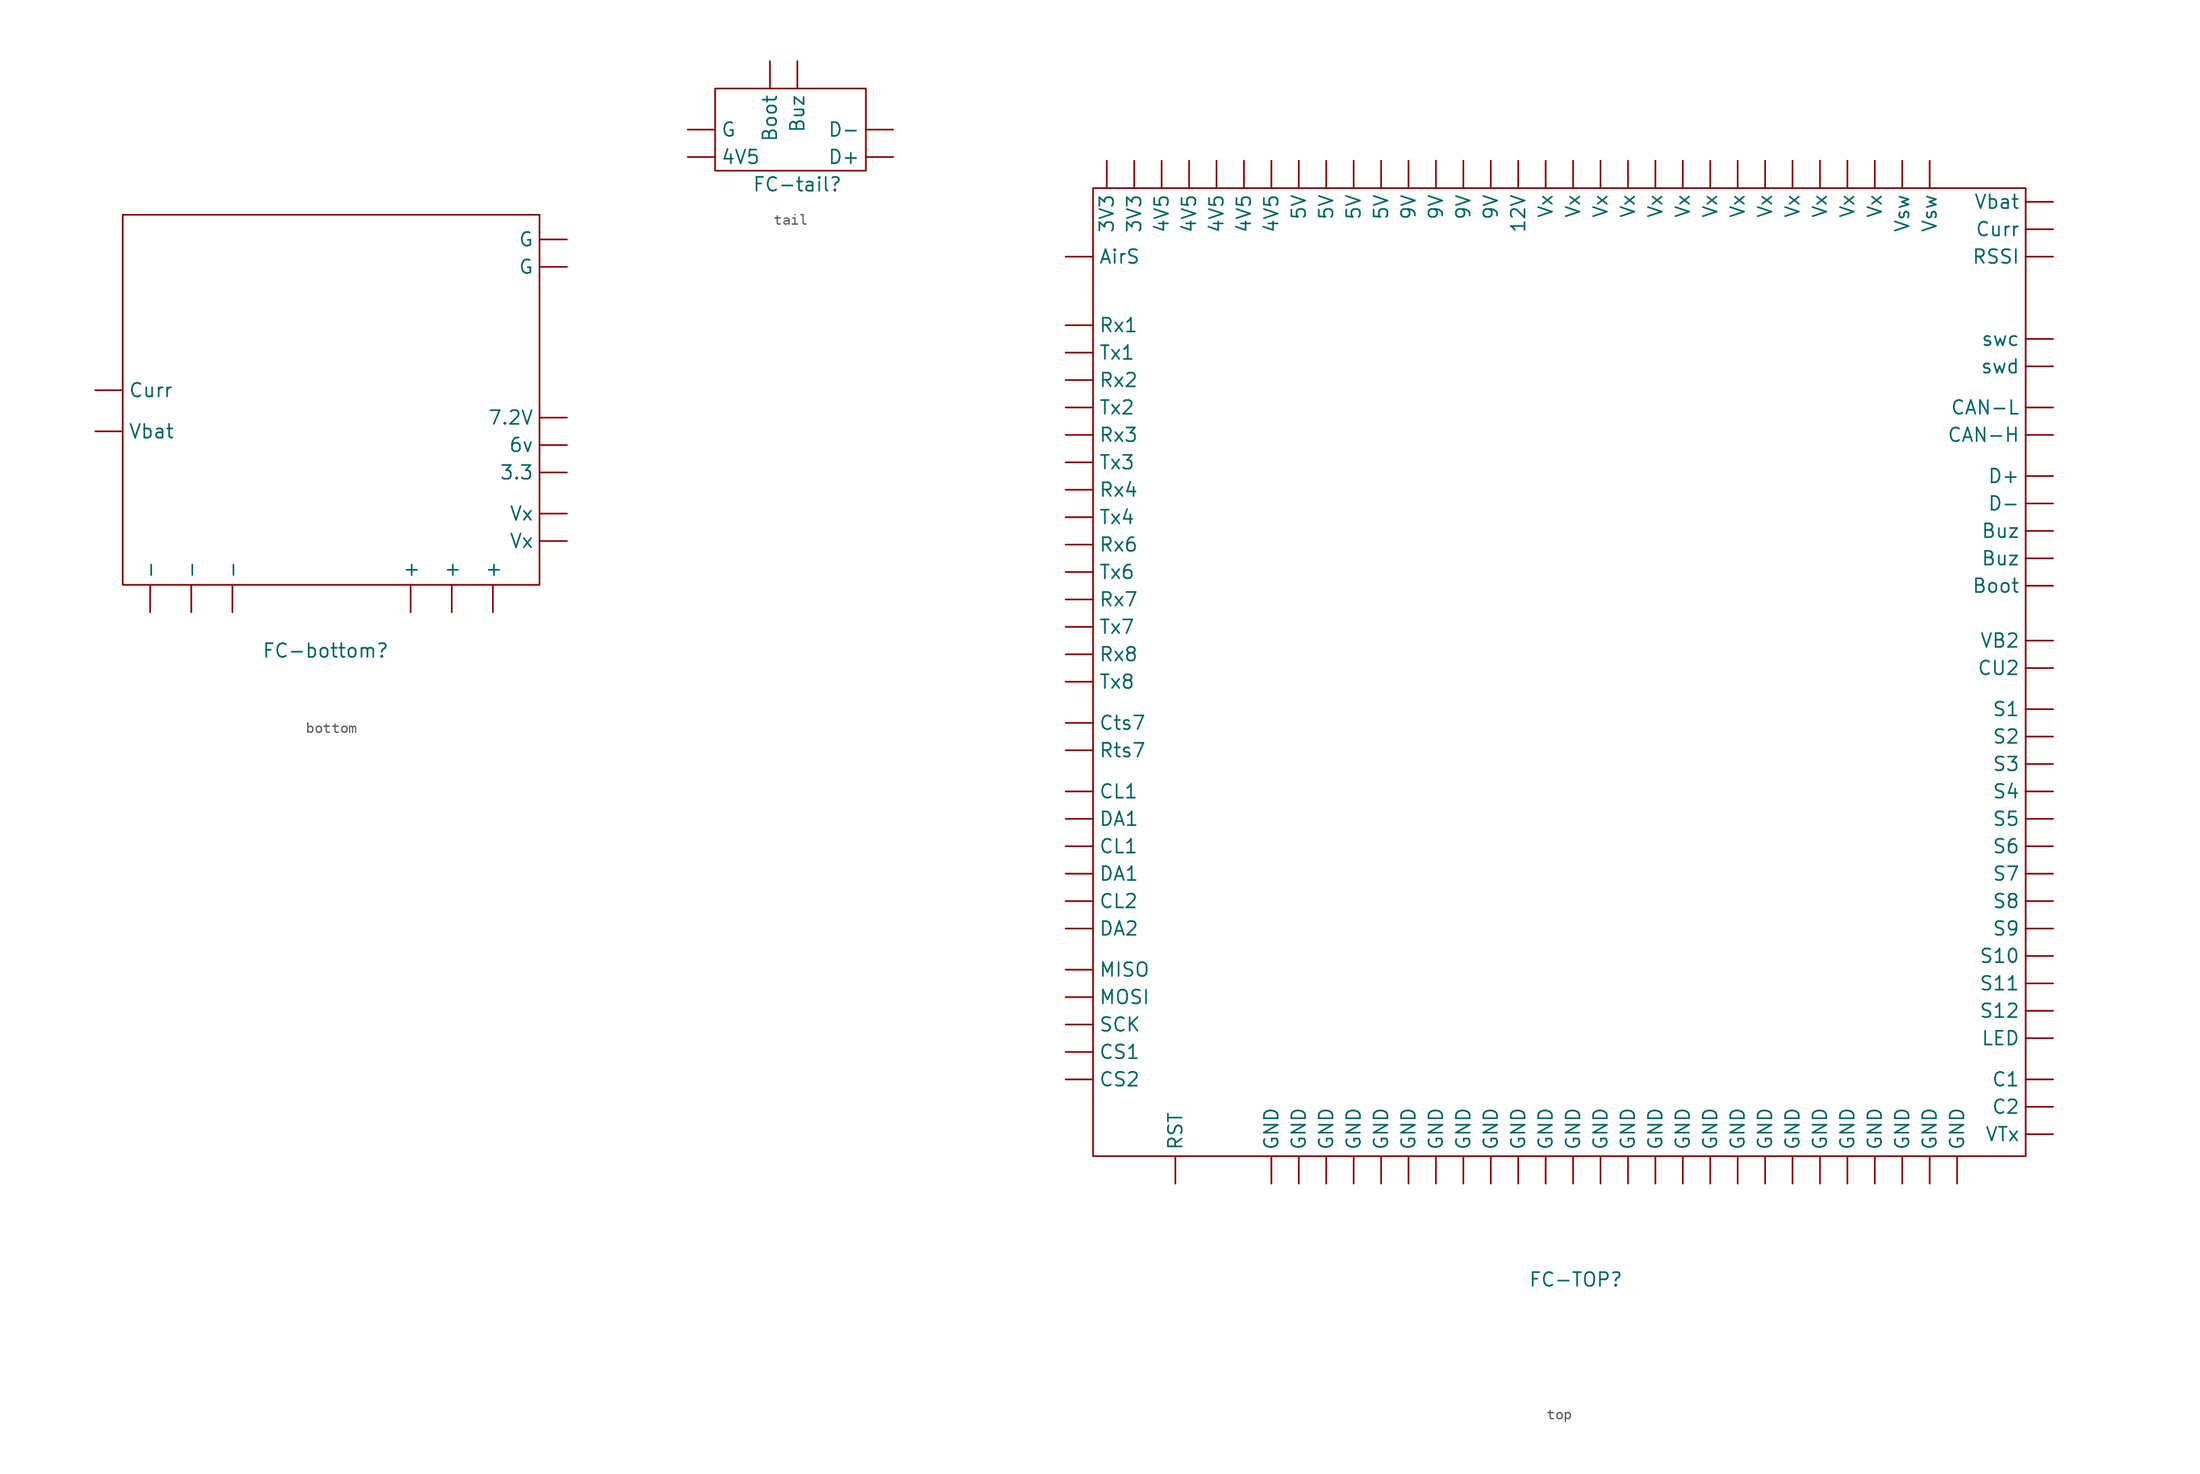
<source format=kicad_sym>
(kicad_symbol_lib
  (version 20241209)
  (generator "kicad_symbol_editor")
  (generator_version "9.0")
  (symbol "bottom"
    (property "Reference" "FC-bottom"
      (at 18.796 -50.8 0)
      (effects (font (size 1.27 1.27))))
    (property "Value" ""
      (at 0 0 0)
      (effects (font (size 1.27 1.27))))
    (symbol "bottom_0_1"
      (rectangle (start 0 -10.414) (end 38.608 -44.704) (stroke (width 0) (type default)) (fill (type none))))
    (symbol "bottom_1_1"
      (pin output line (at -2.54 -26.67 0) (length 2.54) (name "Curr" (effects (font (size 1.27 1.27)))) (number "" (effects (font (size 1.27 1.27)))))
      (pin output line (at -2.54 -30.48 0) (length 2.54) (name "Vbat" (effects (font (size 1.27 1.27)))) (number "" (effects (font (size 1.27 1.27)))))
      (pin power_in line (at 2.54 -47.244 90) (length 2.54) (name "-" (effects (font (size 1.27 1.27)))) (number "" (effects (font (size 1.27 1.27)))))
      (pin power_in line (at 6.35 -47.244 90) (length 2.54) (name "-" (effects (font (size 1.27 1.27)))) (number "" (effects (font (size 1.27 1.27)))))
      (pin power_in line (at 10.16 -47.244 90) (length 2.54) (name "-" (effects (font (size 1.27 1.27)))) (number "" (effects (font (size 1.27 1.27)))))
      (pin power_in line (at 26.67 -47.244 90) (length 2.54) (name "+" (effects (font (size 1.27 1.27)))) (number "" (effects (font (size 1.27 1.27)))))
      (pin power_in line (at 30.48 -47.244 90) (length 2.54) (name "+" (effects (font (size 1.27 1.27)))) (number "" (effects (font (size 1.27 1.27)))))
      (pin power_in line (at 34.29 -47.244 90) (length 2.54) (name "+" (effects (font (size 1.27 1.27)))) (number "" (effects (font (size 1.27 1.27)))))
      (pin power_in line (at 41.148 -12.7 180) (length 2.54) (name "G" (effects (font (size 1.27 1.27)))) (number "" (effects (font (size 1.27 1.27)))))
      (pin power_in line (at 41.148 -15.24 180) (length 2.54) (name "G" (effects (font (size 1.27 1.27)))) (number "" (effects (font (size 1.27 1.27)))))
      (pin power_in line (at 41.148 -29.21 180) (length 2.54) (name "7.2V" (effects (font (size 1.27 1.27)))) (number "" (effects (font (size 1.27 1.27)))))
      (pin power_in line (at 41.148 -31.75 180) (length 2.54) (name "6v" (effects (font (size 1.27 1.27)))) (number "" (effects (font (size 1.27 1.27)))))
      (pin power_in line (at 41.148 -34.29 180) (length 2.54) (name "3.3" (effects (font (size 1.27 1.27)))) (number "" (effects (font (size 1.27 1.27)))))
      (pin power_in line (at 41.148 -38.1 180) (length 2.54) (name "Vx" (effects (font (size 1.27 1.27)))) (number "" (effects (font (size 1.27 1.27)))))
      (pin power_in line (at 41.148 -40.64 180) (length 2.54) (name "Vx" (effects (font (size 1.27 1.27)))) (number "" (effects (font (size 1.27 1.27)))))))
  (symbol "tail"
    (property "Reference" "FC-tail"
      (at 7.62 -8.89 0)
      (effects (font (size 1.27 1.27))))
    (property "Value" ""
      (at 0 0 0)
      (effects (font (size 1.27 1.27))))
    (symbol "tail_0_1"
      (rectangle (start 0 0) (end 13.97 -7.62) (stroke (width 0) (type default)) (fill (type none))))
    (symbol "tail_1_1"
      (pin power_in line (at -2.54 -3.81 0) (length 2.54) (name "G" (effects (font (size 1.27 1.27)))) (number "" (effects (font (size 1.27 1.27)))))
      (pin power_in line (at -2.54 -6.35 0) (length 2.54) (name "4V5" (effects (font (size 1.27 1.27)))) (number "" (effects (font (size 1.27 1.27)))))
      (pin output line (at 5.08 2.54 270) (length 2.54) (name "Boot" (effects (font (size 1.27 1.27)))) (number "" (effects (font (size 1.27 1.27)))))
      (pin output line (at 7.62 2.54 270) (length 2.54) (name "Buz" (effects (font (size 1.27 1.27)))) (number "" (effects (font (size 1.27 1.27)))))
      (pin bidirectional line (at 16.51 -3.81 180) (length 2.54) (name "D-" (effects (font (size 1.27 1.27)))) (number "" (effects (font (size 1.27 1.27)))))
      (pin bidirectional line (at 16.51 -6.35 180) (length 2.54) (name "D+" (effects (font (size 1.27 1.27)))) (number "" (effects (font (size 1.27 1.27)))))))
  (symbol "top"
    (property "Reference" "FC-TOP"
      (at 44.704 -101.092 0)
      (effects (font (size 1.27 1.27))))
    (property "Value" ""
      (at 0 0 0)
      (effects (font (size 1.27 1.27))))
    (symbol "top_0_1"
      (rectangle (start 0 0) (end 86.36 -89.662) (stroke (width 0) (type default)) (fill (type none))))
    (symbol "top_1_1"
      (pin input line (at -2.54 -6.35 0) (length 2.54) (name "AirS" (effects (font (size 1.27 1.27)))) (number "" (effects (font (size 1.27 1.27)))))
      (pin input line (at -2.54 -12.7 0) (length 2.54) (name "Rx1" (effects (font (size 1.27 1.27)))) (number "" (effects (font (size 1.27 1.27)))))
      (pin output line (at -2.54 -15.24 0) (length 2.54) (name "Tx1" (effects (font (size 1.27 1.27)))) (number "" (effects (font (size 1.27 1.27)))))
      (pin input line (at -2.54 -17.78 0) (length 2.54) (name "Rx2" (effects (font (size 1.27 1.27)))) (number "" (effects (font (size 1.27 1.27)))))
      (pin output line (at -2.54 -20.32 0) (length 2.54) (name "Tx2" (effects (font (size 1.27 1.27)))) (number "" (effects (font (size 1.27 1.27)))))
      (pin input line (at -2.54 -22.86 0) (length 2.54) (name "Rx3" (effects (font (size 1.27 1.27)))) (number "" (effects (font (size 1.27 1.27)))))
      (pin output line (at -2.54 -25.4 0) (length 2.54) (name "Tx3" (effects (font (size 1.27 1.27)))) (number "" (effects (font (size 1.27 1.27)))))
      (pin input line (at -2.54 -27.94 0) (length 2.54) (name "Rx4" (effects (font (size 1.27 1.27)))) (number "" (effects (font (size 1.27 1.27)))))
      (pin output line (at -2.54 -30.48 0) (length 2.54) (name "Tx4" (effects (font (size 1.27 1.27)))) (number "" (effects (font (size 1.27 1.27)))))
      (pin input line (at -2.54 -33.02 0) (length 2.54) (name "Rx6" (effects (font (size 1.27 1.27)))) (number "" (effects (font (size 1.27 1.27)))))
      (pin output line (at -2.54 -35.56 0) (length 2.54) (name "Tx6" (effects (font (size 1.27 1.27)))) (number "" (effects (font (size 1.27 1.27)))))
      (pin input line (at -2.54 -38.1 0) (length 2.54) (name "Rx7" (effects (font (size 1.27 1.27)))) (number "" (effects (font (size 1.27 1.27)))))
      (pin output line (at -2.54 -40.64 0) (length 2.54) (name "Tx7" (effects (font (size 1.27 1.27)))) (number "" (effects (font (size 1.27 1.27)))))
      (pin input line (at -2.54 -43.18 0) (length 2.54) (name "Rx8" (effects (font (size 1.27 1.27)))) (number "" (effects (font (size 1.27 1.27)))))
      (pin output line (at -2.54 -45.72 0) (length 2.54) (name "Tx8" (effects (font (size 1.27 1.27)))) (number "" (effects (font (size 1.27 1.27)))))
      (pin input line (at -2.54 -49.53 0) (length 2.54) (name "Cts7" (effects (font (size 1.27 1.27)))) (number "" (effects (font (size 1.27 1.27)))))
      (pin output line (at -2.54 -52.07 0) (length 2.54) (name "Rts7" (effects (font (size 1.27 1.27)))) (number "" (effects (font (size 1.27 1.27)))))
      (pin bidirectional line (at -2.54 -55.88 0) (length 2.54) (name "CL1" (effects (font (size 1.27 1.27)))) (number "" (effects (font (size 1.27 1.27)))))
      (pin bidirectional line (at -2.54 -58.42 0) (length 2.54) (name "DA1" (effects (font (size 1.27 1.27)))) (number "" (effects (font (size 1.27 1.27)))))
      (pin bidirectional line (at -2.54 -60.96 0) (length 2.54) (name "CL1" (effects (font (size 1.27 1.27)))) (number "" (effects (font (size 1.27 1.27)))))
      (pin bidirectional line (at -2.54 -63.5 0) (length 2.54) (name "DA1" (effects (font (size 1.27 1.27)))) (number "" (effects (font (size 1.27 1.27)))))
      (pin bidirectional line (at -2.54 -66.04 0) (length 2.54) (name "CL2" (effects (font (size 1.27 1.27)))) (number "" (effects (font (size 1.27 1.27)))))
      (pin bidirectional line (at -2.54 -68.58 0) (length 2.54) (name "DA2" (effects (font (size 1.27 1.27)))) (number "" (effects (font (size 1.27 1.27)))))
      (pin input line (at -2.54 -72.39 0) (length 2.54) (name "MISO" (effects (font (size 1.27 1.27)))) (number "" (effects (font (size 1.27 1.27)))))
      (pin output line (at -2.54 -74.93 0) (length 2.54) (name "MOSI" (effects (font (size 1.27 1.27)))) (number "" (effects (font (size 1.27 1.27)))))
      (pin output line (at -2.54 -77.47 0) (length 2.54) (name "SCK" (effects (font (size 1.27 1.27)))) (number "" (effects (font (size 1.27 1.27)))))
      (pin output line (at -2.54 -80.01 0) (length 2.54) (name "CS1" (effects (font (size 1.27 1.27)))) (number "" (effects (font (size 1.27 1.27)))))
      (pin output line (at -2.54 -82.55 0) (length 2.54) (name "CS2" (effects (font (size 1.27 1.27)))) (number "" (effects (font (size 1.27 1.27)))))
      (pin power_in line (at 1.27 2.54 270) (length 2.54) (name "3V3" (effects (font (size 1.27 1.27)))) (number "" (effects (font (size 1.27 1.27)))))
      (pin power_in line (at 3.81 2.54 270) (length 2.54) (name "3V3" (effects (font (size 1.27 1.27)))) (number "" (effects (font (size 1.27 1.27)))))
      (pin power_in line (at 6.35 2.54 270) (length 2.54) (name "4V5" (effects (font (size 1.27 1.27)))) (number "" (effects (font (size 1.27 1.27)))))
      (pin input line (at 7.62 -92.202 90) (length 2.54) (name "RST" (effects (font (size 1.27 1.27)))) (number "" (effects (font (size 1.27 1.27)))))
      (pin power_in line (at 8.89 2.54 270) (length 2.54) (name "4V5" (effects (font (size 1.27 1.27)))) (number "" (effects (font (size 1.27 1.27)))))
      (pin power_in line (at 11.43 2.54 270) (length 2.54) (name "4V5" (effects (font (size 1.27 1.27)))) (number "" (effects (font (size 1.27 1.27)))))
      (pin power_in line (at 13.97 2.54 270) (length 2.54) (name "4V5" (effects (font (size 1.27 1.27)))) (number "" (effects (font (size 1.27 1.27)))))
      (pin power_in line (at 16.51 2.54 270) (length 2.54) (name "4V5" (effects (font (size 1.27 1.27)))) (number "" (effects (font (size 1.27 1.27)))))
      (pin power_in line (at 16.51 -92.202 90) (length 2.54) (name "GND" (effects (font (size 1.27 1.27)))) (number "" (effects (font (size 1.27 1.27)))))
      (pin power_in line (at 19.05 2.54 270) (length 2.54) (name "5V" (effects (font (size 1.27 1.27)))) (number "" (effects (font (size 1.27 1.27)))))
      (pin power_in line (at 19.05 -92.202 90) (length 2.54) (name "GND" (effects (font (size 1.27 1.27)))) (number "" (effects (font (size 1.27 1.27)))))
      (pin power_in line (at 21.59 2.54 270) (length 2.54) (name "5V" (effects (font (size 1.27 1.27)))) (number "" (effects (font (size 1.27 1.27)))))
      (pin power_in line (at 21.59 -92.202 90) (length 2.54) (name "GND" (effects (font (size 1.27 1.27)))) (number "" (effects (font (size 1.27 1.27)))))
      (pin power_in line (at 24.13 2.54 270) (length 2.54) (name "5V" (effects (font (size 1.27 1.27)))) (number "" (effects (font (size 1.27 1.27)))))
      (pin power_in line (at 24.13 -92.202 90) (length 2.54) (name "GND" (effects (font (size 1.27 1.27)))) (number "" (effects (font (size 1.27 1.27)))))
      (pin power_in line (at 26.67 2.54 270) (length 2.54) (name "5V" (effects (font (size 1.27 1.27)))) (number "" (effects (font (size 1.27 1.27)))))
      (pin power_in line (at 26.67 -92.202 90) (length 2.54) (name "GND" (effects (font (size 1.27 1.27)))) (number "" (effects (font (size 1.27 1.27)))))
      (pin power_in line (at 29.21 2.54 270) (length 2.54) (name "9V" (effects (font (size 1.27 1.27)))) (number "" (effects (font (size 1.27 1.27)))))
      (pin power_in line (at 29.21 -92.202 90) (length 2.54) (name "GND" (effects (font (size 1.27 1.27)))) (number "" (effects (font (size 1.27 1.27)))))
      (pin power_in line (at 31.75 2.54 270) (length 2.54) (name "9V" (effects (font (size 1.27 1.27)))) (number "" (effects (font (size 1.27 1.27)))))
      (pin power_in line (at 31.75 -92.202 90) (length 2.54) (name "GND" (effects (font (size 1.27 1.27)))) (number "" (effects (font (size 1.27 1.27)))))
      (pin power_in line (at 34.29 2.54 270) (length 2.54) (name "9V" (effects (font (size 1.27 1.27)))) (number "" (effects (font (size 1.27 1.27)))))
      (pin power_in line (at 34.29 -92.202 90) (length 2.54) (name "GND" (effects (font (size 1.27 1.27)))) (number "" (effects (font (size 1.27 1.27)))))
      (pin power_in line (at 36.83 2.54 270) (length 2.54) (name "9V" (effects (font (size 1.27 1.27)))) (number "" (effects (font (size 1.27 1.27)))))
      (pin power_in line (at 36.83 -92.202 90) (length 2.54) (name "GND" (effects (font (size 1.27 1.27)))) (number "" (effects (font (size 1.27 1.27)))))
      (pin power_in line (at 39.37 2.54 270) (length 2.54) (name "12V" (effects (font (size 1.27 1.27)))) (number "" (effects (font (size 1.27 1.27)))))
      (pin power_in line (at 39.37 -92.202 90) (length 2.54) (name "GND" (effects (font (size 1.27 1.27)))) (number "" (effects (font (size 1.27 1.27)))))
      (pin power_in line (at 41.91 2.54 270) (length 2.54) (name "Vx" (effects (font (size 1.27 1.27)))) (number "" (effects (font (size 1.27 1.27)))))
      (pin power_in line (at 41.91 -92.202 90) (length 2.54) (name "GND" (effects (font (size 1.27 1.27)))) (number "" (effects (font (size 1.27 1.27)))))
      (pin power_in line (at 44.45 2.54 270) (length 2.54) (name "Vx" (effects (font (size 1.27 1.27)))) (number "" (effects (font (size 1.27 1.27)))))
      (pin power_in line (at 44.45 -92.202 90) (length 2.54) (name "GND" (effects (font (size 1.27 1.27)))) (number "" (effects (font (size 1.27 1.27)))))
      (pin power_in line (at 46.99 2.54 270) (length 2.54) (name "Vx" (effects (font (size 1.27 1.27)))) (number "" (effects (font (size 1.27 1.27)))))
      (pin power_in line (at 46.99 -92.202 90) (length 2.54) (name "GND" (effects (font (size 1.27 1.27)))) (number "" (effects (font (size 1.27 1.27)))))
      (pin power_in line (at 49.53 2.54 270) (length 2.54) (name "Vx" (effects (font (size 1.27 1.27)))) (number "" (effects (font (size 1.27 1.27)))))
      (pin power_in line (at 49.53 -92.202 90) (length 2.54) (name "GND" (effects (font (size 1.27 1.27)))) (number "" (effects (font (size 1.27 1.27)))))
      (pin power_in line (at 52.07 2.54 270) (length 2.54) (name "Vx" (effects (font (size 1.27 1.27)))) (number "" (effects (font (size 1.27 1.27)))))
      (pin power_in line (at 52.07 -92.202 90) (length 2.54) (name "GND" (effects (font (size 1.27 1.27)))) (number "" (effects (font (size 1.27 1.27)))))
      (pin power_in line (at 54.61 2.54 270) (length 2.54) (name "Vx" (effects (font (size 1.27 1.27)))) (number "" (effects (font (size 1.27 1.27)))))
      (pin power_in line (at 54.61 -92.202 90) (length 2.54) (name "GND" (effects (font (size 1.27 1.27)))) (number "" (effects (font (size 1.27 1.27)))))
      (pin power_in line (at 57.15 2.54 270) (length 2.54) (name "Vx" (effects (font (size 1.27 1.27)))) (number "" (effects (font (size 1.27 1.27)))))
      (pin power_in line (at 57.15 -92.202 90) (length 2.54) (name "GND" (effects (font (size 1.27 1.27)))) (number "" (effects (font (size 1.27 1.27)))))
      (pin power_in line (at 59.69 2.54 270) (length 2.54) (name "Vx" (effects (font (size 1.27 1.27)))) (number "" (effects (font (size 1.27 1.27)))))
      (pin power_in line (at 59.69 -92.202 90) (length 2.54) (name "GND" (effects (font (size 1.27 1.27)))) (number "" (effects (font (size 1.27 1.27)))))
      (pin power_in line (at 62.23 2.54 270) (length 2.54) (name "Vx" (effects (font (size 1.27 1.27)))) (number "" (effects (font (size 1.27 1.27)))))
      (pin power_in line (at 62.23 -92.202 90) (length 2.54) (name "GND" (effects (font (size 1.27 1.27)))) (number "" (effects (font (size 1.27 1.27)))))
      (pin power_in line (at 64.77 2.54 270) (length 2.54) (name "Vx" (effects (font (size 1.27 1.27)))) (number "" (effects (font (size 1.27 1.27)))))
      (pin power_in line (at 64.77 -92.202 90) (length 2.54) (name "GND" (effects (font (size 1.27 1.27)))) (number "" (effects (font (size 1.27 1.27)))))
      (pin power_in line (at 67.31 2.54 270) (length 2.54) (name "Vx" (effects (font (size 1.27 1.27)))) (number "" (effects (font (size 1.27 1.27)))))
      (pin power_in line (at 67.31 -92.202 90) (length 2.54) (name "GND" (effects (font (size 1.27 1.27)))) (number "" (effects (font (size 1.27 1.27)))))
      (pin power_in line (at 69.85 2.54 270) (length 2.54) (name "Vx" (effects (font (size 1.27 1.27)))) (number "" (effects (font (size 1.27 1.27)))))
      (pin power_in line (at 69.85 -92.202 90) (length 2.54) (name "GND" (effects (font (size 1.27 1.27)))) (number "" (effects (font (size 1.27 1.27)))))
      (pin power_in line (at 72.39 2.54 270) (length 2.54) (name "Vx" (effects (font (size 1.27 1.27)))) (number "" (effects (font (size 1.27 1.27)))))
      (pin power_in line (at 72.39 -92.202 90) (length 2.54) (name "GND" (effects (font (size 1.27 1.27)))) (number "" (effects (font (size 1.27 1.27)))))
      (pin power_in line (at 74.93 2.54 270) (length 2.54) (name "Vsw" (effects (font (size 1.27 1.27)))) (number "" (effects (font (size 1.27 1.27)))))
      (pin power_in line (at 74.93 -92.202 90) (length 2.54) (name "GND" (effects (font (size 1.27 1.27)))) (number "" (effects (font (size 1.27 1.27)))))
      (pin power_in line (at 77.47 2.54 270) (length 2.54) (name "Vsw" (effects (font (size 1.27 1.27)))) (number "" (effects (font (size 1.27 1.27)))))
      (pin power_in line (at 77.47 -92.202 90) (length 2.54) (name "GND" (effects (font (size 1.27 1.27)))) (number "" (effects (font (size 1.27 1.27)))))
      (pin power_in line (at 80.01 -92.202 90) (length 2.54) (name "GND" (effects (font (size 1.27 1.27)))) (number "" (effects (font (size 1.27 1.27)))))
      (pin input line (at 88.9 -1.27 180) (length 2.54) (name "Vbat" (effects (font (size 1.27 1.27)))) (number "" (effects (font (size 1.27 1.27)))))
      (pin input line (at 88.9 -3.81 180) (length 2.54) (name "Curr" (effects (font (size 1.27 1.27)))) (number "" (effects (font (size 1.27 1.27)))))
      (pin input line (at 88.9 -6.35 180) (length 2.54) (name "RSSI" (effects (font (size 1.27 1.27)))) (number "" (effects (font (size 1.27 1.27)))))
      (pin bidirectional line (at 88.9 -13.97 180) (length 2.54) (name "swc" (effects (font (size 1.27 1.27)))) (number "" (effects (font (size 1.27 1.27)))))
      (pin bidirectional line (at 88.9 -16.51 180) (length 2.54) (name "swd" (effects (font (size 1.27 1.27)))) (number "" (effects (font (size 1.27 1.27)))))
      (pin passive line (at 88.9 -20.32 180) (length 2.54) (name "CAN-L" (effects (font (size 1.27 1.27)))) (number "" (effects (font (size 1.27 1.27)))))
      (pin passive line (at 88.9 -22.86 180) (length 2.54) (name "CAN-H" (effects (font (size 1.27 1.27)))) (number "" (effects (font (size 1.27 1.27)))))
      (pin bidirectional line (at 88.9 -26.67 180) (length 2.54) (name "D+" (effects (font (size 1.27 1.27)))) (number "" (effects (font (size 1.27 1.27)))))
      (pin bidirectional line (at 88.9 -29.21 180) (length 2.54) (name "D-" (effects (font (size 1.27 1.27)))) (number "" (effects (font (size 1.27 1.27)))))
      (pin input line (at 88.9 -31.75 180) (length 2.54) (name "Buz" (effects (font (size 1.27 1.27)))) (number "" (effects (font (size 1.27 1.27)))))
      (pin input line (at 88.9 -34.29 180) (length 2.54) (name "Buz" (effects (font (size 1.27 1.27)))) (number "" (effects (font (size 1.27 1.27)))))
      (pin input line (at 88.9 -36.83 180) (length 2.54) (name "Boot" (effects (font (size 1.27 1.27)))) (number "" (effects (font (size 1.27 1.27)))))
      (pin input line (at 88.9 -41.91 180) (length 2.54) (name "VB2" (effects (font (size 1.27 1.27)))) (number "" (effects (font (size 1.27 1.27)))))
      (pin input line (at 88.9 -44.45 180) (length 2.54) (name "CU2" (effects (font (size 1.27 1.27)))) (number "" (effects (font (size 1.27 1.27)))))
      (pin output line (at 88.9 -48.26 180) (length 2.54) (name "S1" (effects (font (size 1.27 1.27)))) (number "" (effects (font (size 1.27 1.27)))))
      (pin output line (at 88.9 -50.8 180) (length 2.54) (name "S2" (effects (font (size 1.27 1.27)))) (number "" (effects (font (size 1.27 1.27)))))
      (pin output line (at 88.9 -53.34 180) (length 2.54) (name "S3" (effects (font (size 1.27 1.27)))) (number "" (effects (font (size 1.27 1.27)))))
      (pin output line (at 88.9 -55.88 180) (length 2.54) (name "S4" (effects (font (size 1.27 1.27)))) (number "" (effects (font (size 1.27 1.27)))))
      (pin output line (at 88.9 -58.42 180) (length 2.54) (name "S5" (effects (font (size 1.27 1.27)))) (number "" (effects (font (size 1.27 1.27)))))
      (pin output line (at 88.9 -60.96 180) (length 2.54) (name "S6" (effects (font (size 1.27 1.27)))) (number "" (effects (font (size 1.27 1.27)))))
      (pin output line (at 88.9 -63.5 180) (length 2.54) (name "S7" (effects (font (size 1.27 1.27)))) (number "" (effects (font (size 1.27 1.27)))))
      (pin output line (at 88.9 -66.04 180) (length 2.54) (name "S8" (effects (font (size 1.27 1.27)))) (number "" (effects (font (size 1.27 1.27)))))
      (pin output line (at 88.9 -68.58 180) (length 2.54) (name "S9" (effects (font (size 1.27 1.27)))) (number "" (effects (font (size 1.27 1.27)))))
      (pin output line (at 88.9 -71.12 180) (length 2.54) (name "S10" (effects (font (size 1.27 1.27)))) (number "" (effects (font (size 1.27 1.27)))))
      (pin output line (at 88.9 -73.66 180) (length 2.54) (name "S11" (effects (font (size 1.27 1.27)))) (number "" (effects (font (size 1.27 1.27)))))
      (pin output line (at 88.9 -76.2 180) (length 2.54) (name "S12" (effects (font (size 1.27 1.27)))) (number "" (effects (font (size 1.27 1.27)))))
      (pin output line (at 88.9 -78.74 180) (length 2.54) (name "LED" (effects (font (size 1.27 1.27)))) (number "" (effects (font (size 1.27 1.27)))))
      (pin input line (at 88.9 -82.55 180) (length 2.54) (name "C1" (effects (font (size 1.27 1.27)))) (number "" (effects (font (size 1.27 1.27)))))
      (pin input line (at 88.9 -85.09 180) (length 2.54) (name "C2" (effects (font (size 1.27 1.27)))) (number "" (effects (font (size 1.27 1.27)))))
      (pin output line (at 88.9 -87.63 180) (length 2.54) (name "VTx" (effects (font (size 1.27 1.27)))) (number "" (effects (font (size 1.27 1.27))))))))
</source>
